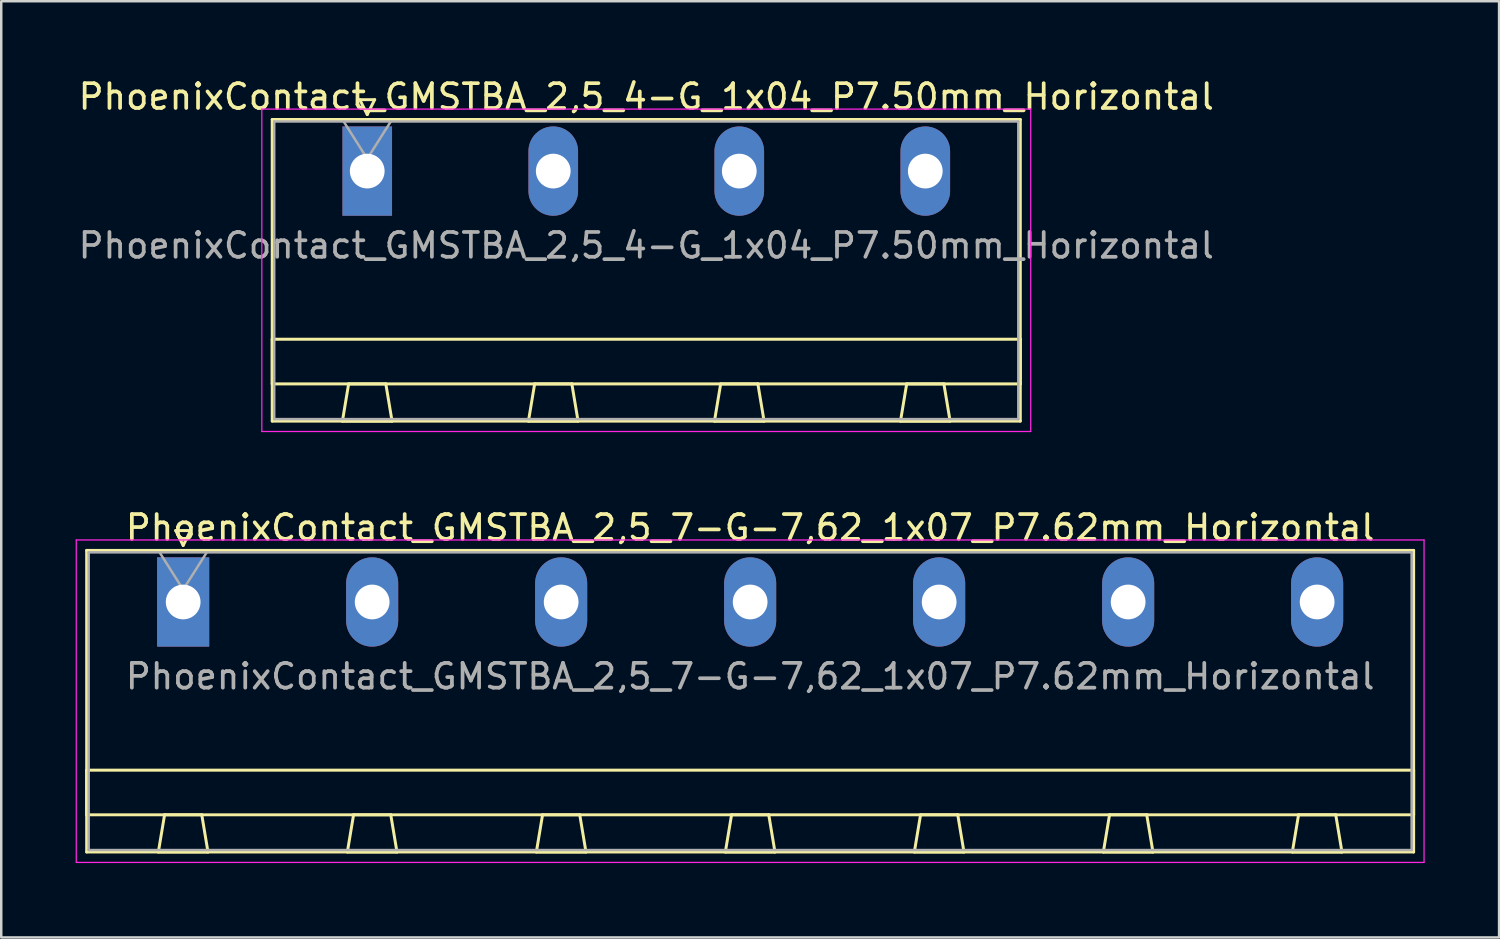
<source format=kicad_pcb>
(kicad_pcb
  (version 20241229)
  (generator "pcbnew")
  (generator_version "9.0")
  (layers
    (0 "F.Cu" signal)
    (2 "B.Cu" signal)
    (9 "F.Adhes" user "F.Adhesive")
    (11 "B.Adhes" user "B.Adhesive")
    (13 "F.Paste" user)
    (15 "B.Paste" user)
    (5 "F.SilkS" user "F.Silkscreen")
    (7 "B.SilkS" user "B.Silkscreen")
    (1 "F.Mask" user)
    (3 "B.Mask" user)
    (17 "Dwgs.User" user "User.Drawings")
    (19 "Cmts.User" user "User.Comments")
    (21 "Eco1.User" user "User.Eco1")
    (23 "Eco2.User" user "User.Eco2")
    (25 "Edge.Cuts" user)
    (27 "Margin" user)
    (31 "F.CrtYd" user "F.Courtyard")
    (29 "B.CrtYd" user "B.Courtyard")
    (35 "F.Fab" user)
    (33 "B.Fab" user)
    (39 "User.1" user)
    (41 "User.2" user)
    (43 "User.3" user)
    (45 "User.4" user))
  (footprint "PhoenixContact_GMSTBA_2,5_7-G-7,62_1x07_P7.62mm_Horizontal"
    (layer "F.Cu")
    (at 4.335 21.221)
    (property "Reference" "PhoenixContact_GMSTBA_2,5_7-G-7,62_1x07_P7.62mm_Horizontal" (at 22.86 -3 0) (layer "F.SilkS") (effects (font (size 1 1) (thickness 0.15))))
    (attr through_hole)
    (fp_line (start -3.89 -2.08) (end -3.89 10.08) (stroke (width 0.12) (type solid)) (layer "F.SilkS"))
    (fp_line (start -3.89 6.78) (end 49.61 6.78) (stroke (width 0.12) (type solid)) (layer "F.SilkS"))
    (fp_line (start -3.89 8.58) (end -3.89 6.78) (stroke (width 0.12) (type solid)) (layer "F.SilkS"))
    (fp_line (start -3.89 10.08) (end 49.61 10.08) (stroke (width 0.12) (type solid)) (layer "F.SilkS"))
    (fp_line (start -1 10.08) (end 1 10.08) (stroke (width 0.12) (type solid)) (layer "F.SilkS"))
    (fp_line (start -0.75 8.58) (end -1 10.08) (stroke (width 0.12) (type solid)) (layer "F.SilkS"))
    (fp_line (start -0.3 -2.88) (end 0.3 -2.88) (stroke (width 0.12) (type solid)) (layer "F.SilkS"))
    (fp_line (start 0 -2.28) (end -0.3 -2.88) (stroke (width 0.12) (type solid)) (layer "F.SilkS"))
    (fp_line (start 0.3 -2.88) (end 0 -2.28) (stroke (width 0.12) (type solid)) (layer "F.SilkS"))
    (fp_line (start 0.75 8.58) (end -0.75 8.58) (stroke (width 0.12) (type solid)) (layer "F.SilkS"))
    (fp_line (start 1 10.08) (end 0.75 8.58) (stroke (width 0.12) (type solid)) (layer "F.SilkS"))
    (fp_line (start 6.62 10.08) (end 8.62 10.08) (stroke (width 0.12) (type solid)) (layer "F.SilkS"))
    (fp_line (start 6.87 8.58) (end 6.62 10.08) (stroke (width 0.12) (type solid)) (layer "F.SilkS"))
    (fp_line (start 8.37 8.58) (end 6.87 8.58) (stroke (width 0.12) (type solid)) (layer "F.SilkS"))
    (fp_line (start 8.62 10.08) (end 8.37 8.58) (stroke (width 0.12) (type solid)) (layer "F.SilkS"))
    (fp_line (start 14.24 10.08) (end 16.24 10.08) (stroke (width 0.12) (type solid)) (layer "F.SilkS"))
    (fp_line (start 14.49 8.58) (end 14.24 10.08) (stroke (width 0.12) (type solid)) (layer "F.SilkS"))
    (fp_line (start 15.99 8.58) (end 14.49 8.58) (stroke (width 0.12) (type solid)) (layer "F.SilkS"))
    (fp_line (start 16.24 10.08) (end 15.99 8.58) (stroke (width 0.12) (type solid)) (layer "F.SilkS"))
    (fp_line (start 21.86 10.08) (end 23.86 10.08) (stroke (width 0.12) (type solid)) (layer "F.SilkS"))
    (fp_line (start 22.11 8.58) (end 21.86 10.08) (stroke (width 0.12) (type solid)) (layer "F.SilkS"))
    (fp_line (start 23.61 8.58) (end 22.11 8.58) (stroke (width 0.12) (type solid)) (layer "F.SilkS"))
    (fp_line (start 23.86 10.08) (end 23.61 8.58) (stroke (width 0.12) (type solid)) (layer "F.SilkS"))
    (fp_line (start 29.48 10.08) (end 31.48 10.08) (stroke (width 0.12) (type solid)) (layer "F.SilkS"))
    (fp_line (start 29.73 8.58) (end 29.48 10.08) (stroke (width 0.12) (type solid)) (layer "F.SilkS"))
    (fp_line (start 31.23 8.58) (end 29.73 8.58) (stroke (width 0.12) (type solid)) (layer "F.SilkS"))
    (fp_line (start 31.48 10.08) (end 31.23 8.58) (stroke (width 0.12) (type solid)) (layer "F.SilkS"))
    (fp_line (start 37.1 10.08) (end 39.1 10.08) (stroke (width 0.12) (type solid)) (layer "F.SilkS"))
    (fp_line (start 37.35 8.58) (end 37.1 10.08) (stroke (width 0.12) (type solid)) (layer "F.SilkS"))
    (fp_line (start 38.85 8.58) (end 37.35 8.58) (stroke (width 0.12) (type solid)) (layer "F.SilkS"))
    (fp_line (start 39.1 10.08) (end 38.85 8.58) (stroke (width 0.12) (type solid)) (layer "F.SilkS"))
    (fp_line (start 44.72 10.08) (end 46.72 10.08) (stroke (width 0.12) (type solid)) (layer "F.SilkS"))
    (fp_line (start 44.97 8.58) (end 44.72 10.08) (stroke (width 0.12) (type solid)) (layer "F.SilkS"))
    (fp_line (start 46.47 8.58) (end 44.97 8.58) (stroke (width 0.12) (type solid)) (layer "F.SilkS"))
    (fp_line (start 46.72 10.08) (end 46.47 8.58) (stroke (width 0.12) (type solid)) (layer "F.SilkS"))
    (fp_line (start 49.61 -2.08) (end -3.89 -2.08) (stroke (width 0.12) (type solid)) (layer "F.SilkS"))
    (fp_line (start 49.61 6.78) (end 49.61 8.58) (stroke (width 0.12) (type solid)) (layer "F.SilkS"))
    (fp_line (start 49.61 8.58) (end -3.89 8.58) (stroke (width 0.12) (type solid)) (layer "F.SilkS"))
    (fp_line (start 49.61 10.08) (end 49.61 -2.08) (stroke (width 0.12) (type solid)) (layer "F.SilkS"))
    (fp_line (start -4.31 -2.5) (end -4.31 10.5) (stroke (width 0.05) (type solid)) (layer "F.CrtYd"))
    (fp_line (start -4.31 10.5) (end 50.03 10.5) (stroke (width 0.05) (type solid)) (layer "F.CrtYd"))
    (fp_line (start 50.03 -2.5) (end -4.31 -2.5) (stroke (width 0.05) (type solid)) (layer "F.CrtYd"))
    (fp_line (start 50.03 10.5) (end 50.03 -2.5) (stroke (width 0.05) (type solid)) (layer "F.CrtYd"))
    (fp_line (start -3.81 -2) (end -3.81 10) (stroke (width 0.1) (type solid)) (layer "F.Fab"))
    (fp_line (start -3.81 10) (end 49.53 10) (stroke (width 0.1) (type solid)) (layer "F.Fab"))
    (fp_line (start 0 -0.5) (end -0.95 -2) (stroke (width 0.1) (type solid)) (layer "F.Fab"))
    (fp_line (start 0.95 -2) (end 0 -0.5) (stroke (width 0.1) (type solid)) (layer "F.Fab"))
    (fp_line (start 49.53 -2) (end -3.81 -2) (stroke (width 0.1) (type solid)) (layer "F.Fab"))
    (fp_line (start 49.53 10) (end 49.53 -2) (stroke (width 0.1) (type solid)) (layer "F.Fab"))
    (fp_text user "${REFERENCE}" (at 22.86 3 0) (layer "F.Fab") (effects (font (size 1 1) (thickness 0.15))))
    (pad "1" thru_hole rect (at 0 0) (size 2.1 3.6) (drill 1.4) (layers "*.Cu" "*.Mask"))
    (pad "2" thru_hole oval (at 7.62 0) (size 2.1 3.6) (drill 1.4) (layers "*.Cu" "*.Mask"))
    (pad "3" thru_hole oval (at 15.24 0) (size 2.1 3.6) (drill 1.4) (layers "*.Cu" "*.Mask"))
    (pad "4" thru_hole oval (at 22.86 0) (size 2.1 3.6) (drill 1.4) (layers "*.Cu" "*.Mask"))
    (pad "5" thru_hole oval (at 30.48 0) (size 2.1 3.6) (drill 1.4) (layers "*.Cu" "*.Mask"))
    (pad "6" thru_hole oval (at 38.1 0) (size 2.1 3.6) (drill 1.4) (layers "*.Cu" "*.Mask"))
    (pad "7" thru_hole oval (at 45.72 0) (size 2.1 3.6) (drill 1.4) (layers "*.Cu" "*.Mask")))
  (footprint "PhoenixContact_GMSTBA_2,5_4-G_1x04_P7.50mm_Horizontal"
    (layer "F.Cu")
    (at 11.756 3.848)
    (property "Reference" "PhoenixContact_GMSTBA_2,5_4-G_1x04_P7.50mm_Horizontal" (at 11.25 -3 0) (layer "F.SilkS") (effects (font (size 1 1) (thickness 0.15))))
    (attr through_hole)
    (fp_line (start -3.83 -2.08) (end -3.83 10.08) (stroke (width 0.12) (type solid)) (layer "F.SilkS"))
    (fp_line (start -3.83 6.78) (end 26.33 6.78) (stroke (width 0.12) (type solid)) (layer "F.SilkS"))
    (fp_line (start -3.83 8.58) (end -3.83 6.78) (stroke (width 0.12) (type solid)) (layer "F.SilkS"))
    (fp_line (start -3.83 10.08) (end 26.33 10.08) (stroke (width 0.12) (type solid)) (layer "F.SilkS"))
    (fp_line (start -1 10.08) (end 1 10.08) (stroke (width 0.12) (type solid)) (layer "F.SilkS"))
    (fp_line (start -0.75 8.58) (end -1 10.08) (stroke (width 0.12) (type solid)) (layer "F.SilkS"))
    (fp_line (start -0.3 -2.88) (end 0.3 -2.88) (stroke (width 0.12) (type solid)) (layer "F.SilkS"))
    (fp_line (start 0 -2.28) (end -0.3 -2.88) (stroke (width 0.12) (type solid)) (layer "F.SilkS"))
    (fp_line (start 0.3 -2.88) (end 0 -2.28) (stroke (width 0.12) (type solid)) (layer "F.SilkS"))
    (fp_line (start 0.75 8.58) (end -0.75 8.58) (stroke (width 0.12) (type solid)) (layer "F.SilkS"))
    (fp_line (start 1 10.08) (end 0.75 8.58) (stroke (width 0.12) (type solid)) (layer "F.SilkS"))
    (fp_line (start 6.5 10.08) (end 8.5 10.08) (stroke (width 0.12) (type solid)) (layer "F.SilkS"))
    (fp_line (start 6.75 8.58) (end 6.5 10.08) (stroke (width 0.12) (type solid)) (layer "F.SilkS"))
    (fp_line (start 8.25 8.58) (end 6.75 8.58) (stroke (width 0.12) (type solid)) (layer "F.SilkS"))
    (fp_line (start 8.5 10.08) (end 8.25 8.58) (stroke (width 0.12) (type solid)) (layer "F.SilkS"))
    (fp_line (start 14 10.08) (end 16 10.08) (stroke (width 0.12) (type solid)) (layer "F.SilkS"))
    (fp_line (start 14.25 8.58) (end 14 10.08) (stroke (width 0.12) (type solid)) (layer "F.SilkS"))
    (fp_line (start 15.75 8.58) (end 14.25 8.58) (stroke (width 0.12) (type solid)) (layer "F.SilkS"))
    (fp_line (start 16 10.08) (end 15.75 8.58) (stroke (width 0.12) (type solid)) (layer "F.SilkS"))
    (fp_line (start 21.5 10.08) (end 23.5 10.08) (stroke (width 0.12) (type solid)) (layer "F.SilkS"))
    (fp_line (start 21.75 8.58) (end 21.5 10.08) (stroke (width 0.12) (type solid)) (layer "F.SilkS"))
    (fp_line (start 23.25 8.58) (end 21.75 8.58) (stroke (width 0.12) (type solid)) (layer "F.SilkS"))
    (fp_line (start 23.5 10.08) (end 23.25 8.58) (stroke (width 0.12) (type solid)) (layer "F.SilkS"))
    (fp_line (start 26.33 -2.08) (end -3.83 -2.08) (stroke (width 0.12) (type solid)) (layer "F.SilkS"))
    (fp_line (start 26.33 6.78) (end 26.33 8.58) (stroke (width 0.12) (type solid)) (layer "F.SilkS"))
    (fp_line (start 26.33 8.58) (end -3.83 8.58) (stroke (width 0.12) (type solid)) (layer "F.SilkS"))
    (fp_line (start 26.33 10.08) (end 26.33 -2.08) (stroke (width 0.12) (type solid)) (layer "F.SilkS"))
    (fp_line (start -4.25 -2.5) (end -4.25 10.5) (stroke (width 0.05) (type solid)) (layer "F.CrtYd"))
    (fp_line (start -4.25 10.5) (end 26.75 10.5) (stroke (width 0.05) (type solid)) (layer "F.CrtYd"))
    (fp_line (start 26.75 -2.5) (end -4.25 -2.5) (stroke (width 0.05) (type solid)) (layer "F.CrtYd"))
    (fp_line (start 26.75 10.5) (end 26.75 -2.5) (stroke (width 0.05) (type solid)) (layer "F.CrtYd"))
    (fp_line (start -3.75 -2) (end -3.75 10) (stroke (width 0.1) (type solid)) (layer "F.Fab"))
    (fp_line (start -3.75 10) (end 26.25 10) (stroke (width 0.1) (type solid)) (layer "F.Fab"))
    (fp_line (start 0 -0.5) (end -0.95 -2) (stroke (width 0.1) (type solid)) (layer "F.Fab"))
    (fp_line (start 0.95 -2) (end 0 -0.5) (stroke (width 0.1) (type solid)) (layer "F.Fab"))
    (fp_line (start 26.25 -2) (end -3.75 -2) (stroke (width 0.1) (type solid)) (layer "F.Fab"))
    (fp_line (start 26.25 10) (end 26.25 -2) (stroke (width 0.1) (type solid)) (layer "F.Fab"))
    (fp_text user "${REFERENCE}" (at 11.25 3 0) (layer "F.Fab") (effects (font (size 1 1) (thickness 0.15))))
    (pad "1" thru_hole rect (at 0 0) (size 2 3.6) (drill 1.4) (layers "*.Cu" "*.Mask"))
    (pad "2" thru_hole oval (at 7.5 0) (size 2 3.6) (drill 1.4) (layers "*.Cu" "*.Mask"))
    (pad "3" thru_hole oval (at 15 0) (size 2 3.6) (drill 1.4) (layers "*.Cu" "*.Mask"))
    (pad "4" thru_hole oval (at 22.5 0) (size 2 3.6) (drill 1.4) (layers "*.Cu" "*.Mask")))
  (gr_rect
    (start -3 -3)
    (end 57.39 34.746)
    (stroke (width 0.1) (type default))
    (fill no)
    (layer "Edge.Cuts")))
</source>
